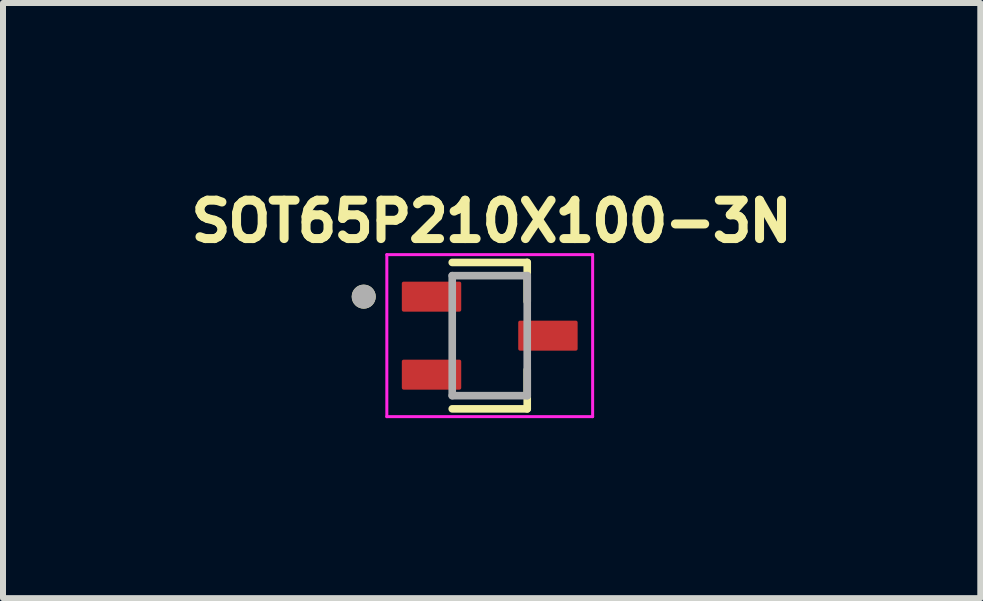
<source format=kicad_pcb>
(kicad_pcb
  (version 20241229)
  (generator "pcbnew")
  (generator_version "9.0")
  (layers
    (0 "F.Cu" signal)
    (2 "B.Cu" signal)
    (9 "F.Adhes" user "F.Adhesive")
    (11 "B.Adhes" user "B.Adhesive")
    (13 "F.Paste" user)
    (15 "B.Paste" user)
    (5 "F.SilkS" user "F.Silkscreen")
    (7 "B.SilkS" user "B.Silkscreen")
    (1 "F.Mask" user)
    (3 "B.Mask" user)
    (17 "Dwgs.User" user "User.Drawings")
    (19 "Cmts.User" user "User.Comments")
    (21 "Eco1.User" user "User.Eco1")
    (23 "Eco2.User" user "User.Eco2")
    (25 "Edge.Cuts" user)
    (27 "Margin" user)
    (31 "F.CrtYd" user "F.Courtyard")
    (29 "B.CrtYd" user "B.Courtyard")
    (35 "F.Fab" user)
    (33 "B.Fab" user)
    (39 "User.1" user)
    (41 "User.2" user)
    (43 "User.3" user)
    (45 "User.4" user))
  (footprint "SOT65P210X100-3N"
    (layer "F.Cu")
    (at 5.112 2.544)
    (property "Reference" "SOT65P210X100-3N" (at 0.032 -1.906 0) (layer "F.SilkS") (effects (font (size 0.64 0.64) (thickness 0.15))))
    (attr smd)
    (fp_line (start -0.625 -1.22) (end 0.625 -1.22) (stroke (width 0.127) (type solid)) (layer "F.SilkS"))
    (fp_line (start 0.625 -1.22) (end 0.625 -0.57) (stroke (width 0.127) (type solid)) (layer "F.SilkS"))
    (fp_line (start 0.625 0.57) (end 0.625 1.22) (stroke (width 0.127) (type solid)) (layer "F.SilkS"))
    (fp_line (start 0.625 1.22) (end -0.625 1.22) (stroke (width 0.127) (type solid)) (layer "F.SilkS"))
    (fp_circle (center -2.1 -0.65) (end -2 -0.65) (stroke (width 0.2) (type solid)) (fill no) (layer "F.SilkS"))
    (fp_line (start -1.715 -1.35) (end -1.715 1.35) (stroke (width 0.05) (type solid)) (layer "F.CrtYd"))
    (fp_line (start -1.715 1.35) (end 1.715 1.35) (stroke (width 0.05) (type solid)) (layer "F.CrtYd"))
    (fp_line (start 1.715 -1.35) (end -1.715 -1.35) (stroke (width 0.05) (type solid)) (layer "F.CrtYd"))
    (fp_line (start 1.715 1.35) (end 1.715 -1.35) (stroke (width 0.05) (type solid)) (layer "F.CrtYd"))
    (fp_line (start -0.625 -1) (end -0.625 1) (stroke (width 0.127) (type solid)) (layer "F.Fab"))
    (fp_line (start -0.625 1) (end 0.625 1) (stroke (width 0.127) (type solid)) (layer "F.Fab"))
    (fp_line (start 0.625 -1) (end -0.625 -1) (stroke (width 0.127) (type solid)) (layer "F.Fab"))
    (fp_line (start 0.625 1) (end 0.625 -1) (stroke (width 0.127) (type solid)) (layer "F.Fab"))
    (fp_circle (center -2.1 -0.65) (end -2 -0.65) (stroke (width 0.2) (type solid)) (fill no) (layer "F.Fab"))
    (pad "1" smd roundrect (at -0.97 -0.65) (size 0.99 0.5) (layers "F.Cu" "F.Mask" "F.Paste") (roundrect_rratio 0.06))
    (pad "2" smd roundrect (at -0.97 0.65) (size 0.99 0.5) (layers "F.Cu" "F.Mask" "F.Paste") (roundrect_rratio 0.06))
    (pad "3" smd roundrect (at 0.97 0) (size 0.99 0.5) (layers "F.Cu" "F.Mask" "F.Paste") (roundrect_rratio 0.06)))
  (gr_rect
    (start -3 -3)
    (end 13.288 6.919)
    (stroke (width 0.1) (type default))
    (fill no)
    (layer "Edge.Cuts")))
</source>
